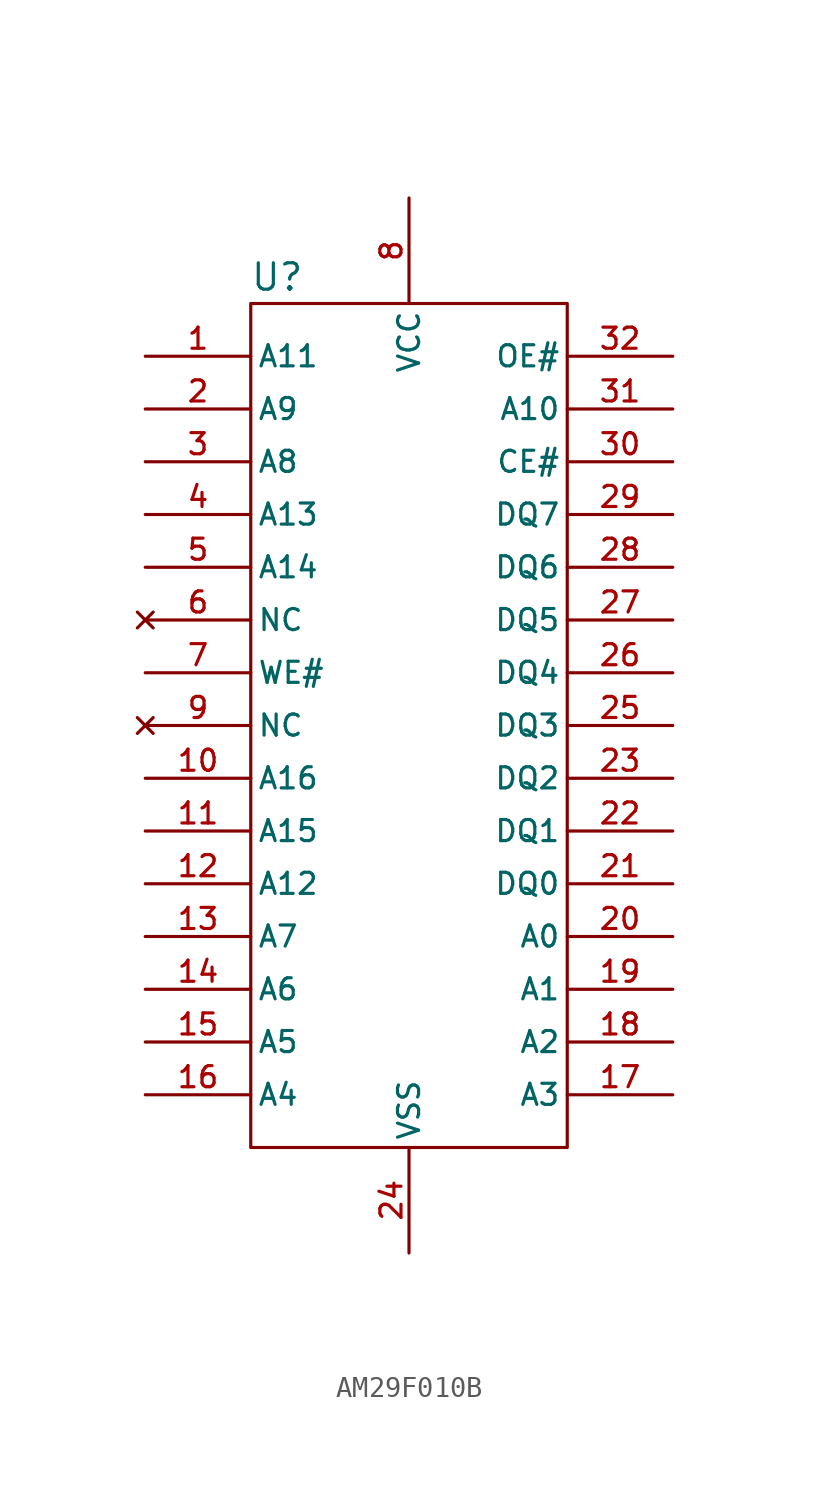
<source format=kicad_sym>
(kicad_symbol_lib
  (version 20220914)
  (generator kicad_symbol_editor)
  (symbol "AM29F010B"
    (pin_names
      (offset 0.3))
    (property "Reference" "U"
      (at -6.35 21.59 0)
      (effects (font (size 1.27 1.27))))
    (property "Value" ""
      (at -3.81 2.54 0)
      (effects (font (size 1.27 1.27))))
    (symbol "AM29F010B_0_1"
      (rectangle (start -7.62 20.32) (end 7.62 -20.32) (stroke (width 0) (type default)) (fill (type none))))
    (symbol "AM29F010B_1_0"
      (pin input line (at -12.7 17.78 0) (length 5.08) (name "A11" (effects (font (size 1.016 1.016)))) (number "1" (effects (font (size 1.016 1.016)))))
      (pin input line (at -12.7 -2.54 0) (length 5.08) (name "A16" (effects (font (size 1.016 1.016)))) (number "10" (effects (font (size 1.016 1.016)))))
      (pin input line (at -12.7 -5.08 0) (length 5.08) (name "A15" (effects (font (size 1.016 1.016)))) (number "11" (effects (font (size 1.016 1.016)))))
      (pin input line (at -12.7 -7.62 0) (length 5.08) (name "A12" (effects (font (size 1.016 1.016)))) (number "12" (effects (font (size 1.016 1.016)))))
      (pin input line (at -12.7 -10.16 0) (length 5.08) (name "A7" (effects (font (size 1.016 1.016)))) (number "13" (effects (font (size 1.016 1.016)))))
      (pin input line (at -12.7 -12.7 0) (length 5.08) (name "A6" (effects (font (size 1.016 1.016)))) (number "14" (effects (font (size 1.016 1.016)))))
      (pin input line (at -12.7 -15.24 0) (length 5.08) (name "A5" (effects (font (size 1.016 1.016)))) (number "15" (effects (font (size 1.016 1.016)))))
      (pin input line (at -12.7 -17.78 0) (length 5.08) (name "A4" (effects (font (size 1.016 1.016)))) (number "16" (effects (font (size 1.016 1.016)))))
      (pin input line (at 12.7 -17.78 180) (length 5.08) (name "A3" (effects (font (size 1.016 1.016)))) (number "17" (effects (font (size 1.016 1.016)))))
      (pin input line (at 12.7 -15.24 180) (length 5.08) (name "A2" (effects (font (size 1.016 1.016)))) (number "18" (effects (font (size 1.016 1.016)))))
      (pin input line (at 12.7 -12.7 180) (length 5.08) (name "A1" (effects (font (size 1.016 1.016)))) (number "19" (effects (font (size 1.016 1.016)))))
      (pin input line (at -12.7 15.24 0) (length 5.08) (name "A9" (effects (font (size 1.016 1.016)))) (number "2" (effects (font (size 1.016 1.016)))))
      (pin input line (at 12.7 -10.16 180) (length 5.08) (name "A0" (effects (font (size 1.016 1.016)))) (number "20" (effects (font (size 1.016 1.016)))))
      (pin tri_state line (at 12.7 -7.62 180) (length 5.08) (name "DQ0" (effects (font (size 1.016 1.016)))) (number "21" (effects (font (size 1.016 1.016)))))
      (pin tri_state line (at 12.7 -5.08 180) (length 5.08) (name "DQ1" (effects (font (size 1.016 1.016)))) (number "22" (effects (font (size 1.016 1.016)))))
      (pin tri_state line (at 12.7 -2.54 180) (length 5.08) (name "DQ2" (effects (font (size 1.016 1.016)))) (number "23" (effects (font (size 1.016 1.016)))))
      (pin power_in line (at 0 -25.4 90) (length 5.08) (name "VSS" (effects (font (size 1.016 1.016)))) (number "24" (effects (font (size 1.016 1.016)))))
      (pin tri_state line (at 12.7 0 180) (length 5.08) (name "DQ3" (effects (font (size 1.016 1.016)))) (number "25" (effects (font (size 1.016 1.016)))))
      (pin tri_state line (at 12.7 2.54 180) (length 5.08) (name "DQ4" (effects (font (size 1.016 1.016)))) (number "26" (effects (font (size 1.016 1.016)))))
      (pin tri_state line (at 12.7 5.08 180) (length 5.08) (name "DQ5" (effects (font (size 1.016 1.016)))) (number "27" (effects (font (size 1.016 1.016)))))
      (pin tri_state line (at 12.7 7.62 180) (length 5.08) (name "DQ6" (effects (font (size 1.016 1.016)))) (number "28" (effects (font (size 1.016 1.016)))))
      (pin tri_state line (at 12.7 10.16 180) (length 5.08) (name "DQ7" (effects (font (size 1.016 1.016)))) (number "29" (effects (font (size 1.016 1.016)))))
      (pin input line (at -12.7 12.7 0) (length 5.08) (name "A8" (effects (font (size 1.016 1.016)))) (number "3" (effects (font (size 1.016 1.016)))))
      (pin input line (at 12.7 12.7 180) (length 5.08) (name "CE#" (effects (font (size 1.016 1.016)))) (number "30" (effects (font (size 1.016 1.016)))))
      (pin input line (at 12.7 15.24 180) (length 5.08) (name "A10" (effects (font (size 1.016 1.016)))) (number "31" (effects (font (size 1.016 1.016)))))
      (pin input line (at 12.7 17.78 180) (length 5.08) (name "OE#" (effects (font (size 1.016 1.016)))) (number "32" (effects (font (size 1.016 1.016)))))
      (pin input line (at -12.7 10.16 0) (length 5.08) (name "A13" (effects (font (size 1.016 1.016)))) (number "4" (effects (font (size 1.016 1.016)))))
      (pin input line (at -12.7 7.62 0) (length 5.08) (name "A14" (effects (font (size 1.016 1.016)))) (number "5" (effects (font (size 1.016 1.016)))))
      (pin no_connect line (at -12.7 5.08 0) (length 5.08) (name "NC" (effects (font (size 1.016 1.016)))) (number "6" (effects (font (size 1.016 1.016)))))
      (pin input line (at -12.7 2.54 0) (length 5.08) (name "WE#" (effects (font (size 1.016 1.016)))) (number "7" (effects (font (size 1.016 1.016)))))
      (pin power_in line (at 0 25.4 270) (length 5.08) (name "VCC" (effects (font (size 1.016 1.016)))) (number "8" (effects (font (size 1.016 1.016)))))
      (pin no_connect line (at -12.7 0 0) (length 5.08) (name "NC" (effects (font (size 1.016 1.016)))) (number "9" (effects (font (size 1.016 1.016))))))))
</source>
